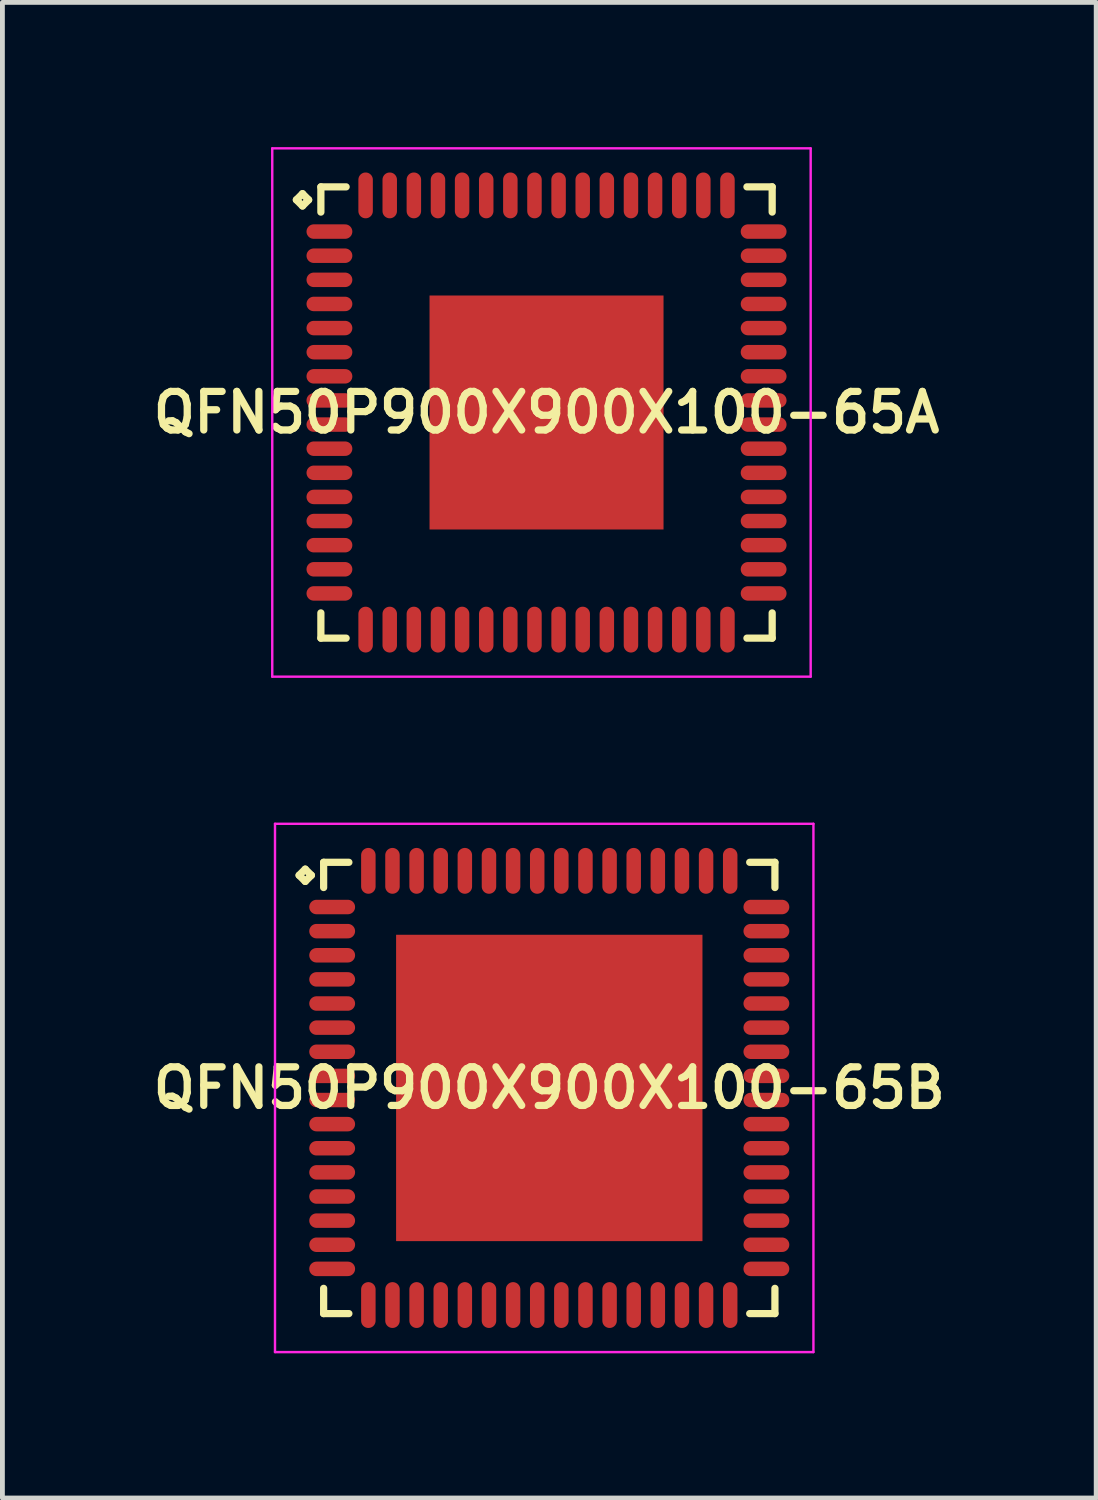
<source format=kicad_pcb>
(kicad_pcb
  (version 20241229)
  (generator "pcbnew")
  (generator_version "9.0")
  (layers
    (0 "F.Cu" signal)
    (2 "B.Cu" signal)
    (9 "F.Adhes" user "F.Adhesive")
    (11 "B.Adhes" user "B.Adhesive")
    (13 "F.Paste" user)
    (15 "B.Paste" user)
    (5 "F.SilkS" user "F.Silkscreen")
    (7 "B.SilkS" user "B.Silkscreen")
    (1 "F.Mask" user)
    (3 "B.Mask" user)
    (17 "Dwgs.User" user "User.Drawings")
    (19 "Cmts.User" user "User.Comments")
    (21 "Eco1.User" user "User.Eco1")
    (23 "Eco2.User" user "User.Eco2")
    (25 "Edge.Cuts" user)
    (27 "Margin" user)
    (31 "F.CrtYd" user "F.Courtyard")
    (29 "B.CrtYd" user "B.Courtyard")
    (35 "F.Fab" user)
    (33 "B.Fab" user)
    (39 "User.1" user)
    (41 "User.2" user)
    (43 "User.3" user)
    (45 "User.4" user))
  (footprint "QFN50P900X900X100-65B"
    (layer "F.Cu")
    (at 8.335 19.5)
    (property "Reference" "QFN50P900X900X100-65B" (at 0 0 0) (layer "F.SilkS") (effects (font (size 0.8 0.8) (thickness 0.15))))
    (attr smd)
    (fp_line (start -5.185 -4.408) (end -5.058 -4.535) (stroke (width 0.15) (type solid)) (layer "F.SilkS"))
    (fp_line (start -5.058 -4.535) (end -4.931 -4.408) (stroke (width 0.15) (type solid)) (layer "F.SilkS"))
    (fp_line (start -5.058 -4.281) (end -5.185 -4.408) (stroke (width 0.15) (type solid)) (layer "F.SilkS"))
    (fp_line (start -4.931 -4.408) (end -5.058 -4.281) (stroke (width 0.15) (type solid)) (layer "F.SilkS"))
    (fp_line (start -4.677 -4.677) (end -4.154 -4.677) (stroke (width 0.15) (type solid)) (layer "F.SilkS"))
    (fp_line (start -4.677 -4.154) (end -4.677 -4.677) (stroke (width 0.15) (type solid)) (layer "F.SilkS"))
    (fp_line (start -4.677 4.154) (end -4.677 4.677) (stroke (width 0.15) (type solid)) (layer "F.SilkS"))
    (fp_line (start -4.677 4.677) (end -4.154 4.677) (stroke (width 0.15) (type solid)) (layer "F.SilkS"))
    (fp_line (start 4.154 -4.677) (end 4.677 -4.677) (stroke (width 0.15) (type solid)) (layer "F.SilkS"))
    (fp_line (start 4.154 4.677) (end 4.677 4.677) (stroke (width 0.15) (type solid)) (layer "F.SilkS"))
    (fp_line (start 4.677 -4.677) (end 4.677 -4.154) (stroke (width 0.15) (type solid)) (layer "F.SilkS"))
    (fp_line (start 4.677 4.677) (end 4.677 4.154) (stroke (width 0.15) (type solid)) (layer "F.SilkS"))
    (fp_line (start -5.685 -5.475) (end 5.475 -5.475) (stroke (width 0.05) (type solid)) (layer "F.CrtYd"))
    (fp_line (start -5.685 5.475) (end -5.685 -5.475) (stroke (width 0.05) (type solid)) (layer "F.CrtYd"))
    (fp_line (start 5.475 -5.475) (end 5.475 5.475) (stroke (width 0.05) (type solid)) (layer "F.CrtYd"))
    (fp_line (start 5.475 5.475) (end -5.685 5.475) (stroke (width 0.05) (type solid)) (layer "F.CrtYd"))
    (pad "1" smd oval (at -4.5 -3.75) (size 0.95 0.3) (layers "F.Cu" "F.Mask" "F.Paste"))
    (pad "2" smd oval (at -4.5 -3.25) (size 0.95 0.3) (layers "F.Cu" "F.Mask" "F.Paste"))
    (pad "3" smd oval (at -4.5 -2.75) (size 0.95 0.3) (layers "F.Cu" "F.Mask" "F.Paste"))
    (pad "4" smd oval (at -4.5 -2.25) (size 0.95 0.3) (layers "F.Cu" "F.Mask" "F.Paste"))
    (pad "5" smd oval (at -4.5 -1.75) (size 0.95 0.3) (layers "F.Cu" "F.Mask" "F.Paste"))
    (pad "6" smd oval (at -4.5 -1.25) (size 0.95 0.3) (layers "F.Cu" "F.Mask" "F.Paste"))
    (pad "7" smd oval (at -4.5 -0.75) (size 0.95 0.3) (layers "F.Cu" "F.Mask" "F.Paste"))
    (pad "8" smd oval (at -4.5 -0.25) (size 0.95 0.3) (layers "F.Cu" "F.Mask" "F.Paste"))
    (pad "9" smd oval (at -4.5 0.25) (size 0.95 0.3) (layers "F.Cu" "F.Mask" "F.Paste"))
    (pad "10" smd oval (at -4.5 0.75) (size 0.95 0.3) (layers "F.Cu" "F.Mask" "F.Paste"))
    (pad "11" smd oval (at -4.5 1.25) (size 0.95 0.3) (layers "F.Cu" "F.Mask" "F.Paste"))
    (pad "12" smd oval (at -4.5 1.75) (size 0.95 0.3) (layers "F.Cu" "F.Mask" "F.Paste"))
    (pad "13" smd oval (at -4.5 2.25) (size 0.95 0.3) (layers "F.Cu" "F.Mask" "F.Paste"))
    (pad "14" smd oval (at -4.5 2.75) (size 0.95 0.3) (layers "F.Cu" "F.Mask" "F.Paste"))
    (pad "15" smd oval (at -4.5 3.25) (size 0.95 0.3) (layers "F.Cu" "F.Mask" "F.Paste"))
    (pad "16" smd oval (at -4.5 3.75) (size 0.95 0.3) (layers "F.Cu" "F.Mask" "F.Paste"))
    (pad "17" smd oval (at -3.75 4.5) (size 0.3 0.95) (layers "F.Cu" "F.Mask" "F.Paste"))
    (pad "18" smd oval (at -3.25 4.5) (size 0.3 0.95) (layers "F.Cu" "F.Mask" "F.Paste"))
    (pad "19" smd oval (at -2.75 4.5) (size 0.3 0.95) (layers "F.Cu" "F.Mask" "F.Paste"))
    (pad "20" smd oval (at -2.25 4.5) (size 0.3 0.95) (layers "F.Cu" "F.Mask" "F.Paste"))
    (pad "21" smd oval (at -1.75 4.5) (size 0.3 0.95) (layers "F.Cu" "F.Mask" "F.Paste"))
    (pad "22" smd oval (at -1.25 4.5) (size 0.3 0.95) (layers "F.Cu" "F.Mask" "F.Paste"))
    (pad "23" smd oval (at -0.75 4.5) (size 0.3 0.95) (layers "F.Cu" "F.Mask" "F.Paste"))
    (pad "24" smd oval (at -0.25 4.5) (size 0.3 0.95) (layers "F.Cu" "F.Mask" "F.Paste"))
    (pad "25" smd oval (at 0.25 4.5) (size 0.3 0.95) (layers "F.Cu" "F.Mask" "F.Paste"))
    (pad "26" smd oval (at 0.75 4.5) (size 0.3 0.95) (layers "F.Cu" "F.Mask" "F.Paste"))
    (pad "27" smd oval (at 1.25 4.5) (size 0.3 0.95) (layers "F.Cu" "F.Mask" "F.Paste"))
    (pad "28" smd oval (at 1.75 4.5) (size 0.3 0.95) (layers "F.Cu" "F.Mask" "F.Paste"))
    (pad "29" smd oval (at 2.25 4.5) (size 0.3 0.95) (layers "F.Cu" "F.Mask" "F.Paste"))
    (pad "30" smd oval (at 2.75 4.5) (size 0.3 0.95) (layers "F.Cu" "F.Mask" "F.Paste"))
    (pad "31" smd oval (at 3.25 4.5) (size 0.3 0.95) (layers "F.Cu" "F.Mask" "F.Paste"))
    (pad "32" smd oval (at 3.75 4.5) (size 0.3 0.95) (layers "F.Cu" "F.Mask" "F.Paste"))
    (pad "33" smd oval (at 4.5 3.75) (size 0.95 0.3) (layers "F.Cu" "F.Mask" "F.Paste"))
    (pad "34" smd oval (at 4.5 3.25) (size 0.95 0.3) (layers "F.Cu" "F.Mask" "F.Paste"))
    (pad "35" smd oval (at 4.5 2.75) (size 0.95 0.3) (layers "F.Cu" "F.Mask" "F.Paste"))
    (pad "36" smd oval (at 4.5 2.25) (size 0.95 0.3) (layers "F.Cu" "F.Mask" "F.Paste"))
    (pad "37" smd oval (at 4.5 1.75) (size 0.95 0.3) (layers "F.Cu" "F.Mask" "F.Paste"))
    (pad "38" smd oval (at 4.5 1.25) (size 0.95 0.3) (layers "F.Cu" "F.Mask" "F.Paste"))
    (pad "39" smd oval (at 4.5 0.75) (size 0.95 0.3) (layers "F.Cu" "F.Mask" "F.Paste"))
    (pad "40" smd oval (at 4.5 0.25) (size 0.95 0.3) (layers "F.Cu" "F.Mask" "F.Paste"))
    (pad "41" smd oval (at 4.5 -0.25) (size 0.95 0.3) (layers "F.Cu" "F.Mask" "F.Paste"))
    (pad "42" smd oval (at 4.5 -0.75) (size 0.95 0.3) (layers "F.Cu" "F.Mask" "F.Paste"))
    (pad "43" smd oval (at 4.5 -1.25) (size 0.95 0.3) (layers "F.Cu" "F.Mask" "F.Paste"))
    (pad "44" smd oval (at 4.5 -1.75) (size 0.95 0.3) (layers "F.Cu" "F.Mask" "F.Paste"))
    (pad "45" smd oval (at 4.5 -2.25) (size 0.95 0.3) (layers "F.Cu" "F.Mask" "F.Paste"))
    (pad "46" smd oval (at 4.5 -2.75) (size 0.95 0.3) (layers "F.Cu" "F.Mask" "F.Paste"))
    (pad "47" smd oval (at 4.5 -3.25) (size 0.95 0.3) (layers "F.Cu" "F.Mask" "F.Paste"))
    (pad "48" smd oval (at 4.5 -3.75) (size 0.95 0.3) (layers "F.Cu" "F.Mask" "F.Paste"))
    (pad "49" smd oval (at 3.75 -4.5) (size 0.3 0.95) (layers "F.Cu" "F.Mask" "F.Paste"))
    (pad "50" smd oval (at 3.25 -4.5) (size 0.3 0.95) (layers "F.Cu" "F.Mask" "F.Paste"))
    (pad "51" smd oval (at 2.75 -4.5) (size 0.3 0.95) (layers "F.Cu" "F.Mask" "F.Paste"))
    (pad "52" smd oval (at 2.25 -4.5) (size 0.3 0.95) (layers "F.Cu" "F.Mask" "F.Paste"))
    (pad "53" smd oval (at 1.75 -4.5) (size 0.3 0.95) (layers "F.Cu" "F.Mask" "F.Paste"))
    (pad "54" smd oval (at 1.25 -4.5) (size 0.3 0.95) (layers "F.Cu" "F.Mask" "F.Paste"))
    (pad "55" smd oval (at 0.75 -4.5) (size 0.3 0.95) (layers "F.Cu" "F.Mask" "F.Paste"))
    (pad "56" smd oval (at 0.25 -4.5) (size 0.3 0.95) (layers "F.Cu" "F.Mask" "F.Paste"))
    (pad "57" smd oval (at -0.25 -4.5) (size 0.3 0.95) (layers "F.Cu" "F.Mask" "F.Paste"))
    (pad "58" smd oval (at -0.75 -4.5) (size 0.3 0.95) (layers "F.Cu" "F.Mask" "F.Paste"))
    (pad "59" smd oval (at -1.25 -4.5) (size 0.3 0.95) (layers "F.Cu" "F.Mask" "F.Paste"))
    (pad "60" smd oval (at -1.75 -4.5) (size 0.3 0.95) (layers "F.Cu" "F.Mask" "F.Paste"))
    (pad "61" smd oval (at -2.25 -4.5) (size 0.3 0.95) (layers "F.Cu" "F.Mask" "F.Paste"))
    (pad "62" smd oval (at -2.75 -4.5) (size 0.3 0.95) (layers "F.Cu" "F.Mask" "F.Paste"))
    (pad "63" smd oval (at -3.25 -4.5) (size 0.3 0.95) (layers "F.Cu" "F.Mask" "F.Paste"))
    (pad "64" smd oval (at -3.75 -4.5) (size 0.3 0.95) (layers "F.Cu" "F.Mask" "F.Paste"))
    (pad "65" smd rect (at 0 0) (size 6.35 6.35) (layers "F.Cu" "F.Mask" "F.Paste")))
  (footprint "QFN50P900X900X100-65A"
    (layer "F.Cu")
    (at 8.278 5.5)
    (property "Reference" "QFN50P900X900X100-65A" (at 0 0 0) (layer "F.SilkS") (effects (font (size 0.8 0.8) (thickness 0.15))))
    (attr smd)
    (fp_line (start -5.185 -4.408) (end -5.058 -4.535) (stroke (width 0.15) (type solid)) (layer "F.SilkS"))
    (fp_line (start -5.058 -4.535) (end -4.931 -4.408) (stroke (width 0.15) (type solid)) (layer "F.SilkS"))
    (fp_line (start -5.058 -4.281) (end -5.185 -4.408) (stroke (width 0.15) (type solid)) (layer "F.SilkS"))
    (fp_line (start -4.931 -4.408) (end -5.058 -4.281) (stroke (width 0.15) (type solid)) (layer "F.SilkS"))
    (fp_line (start -4.677 -4.677) (end -4.154 -4.677) (stroke (width 0.15) (type solid)) (layer "F.SilkS"))
    (fp_line (start -4.677 -4.154) (end -4.677 -4.677) (stroke (width 0.15) (type solid)) (layer "F.SilkS"))
    (fp_line (start -4.677 4.154) (end -4.677 4.677) (stroke (width 0.15) (type solid)) (layer "F.SilkS"))
    (fp_line (start -4.677 4.677) (end -4.154 4.677) (stroke (width 0.15) (type solid)) (layer "F.SilkS"))
    (fp_line (start 4.154 -4.677) (end 4.677 -4.677) (stroke (width 0.15) (type solid)) (layer "F.SilkS"))
    (fp_line (start 4.154 4.677) (end 4.677 4.677) (stroke (width 0.15) (type solid)) (layer "F.SilkS"))
    (fp_line (start 4.677 -4.677) (end 4.677 -4.154) (stroke (width 0.15) (type solid)) (layer "F.SilkS"))
    (fp_line (start 4.677 4.677) (end 4.677 4.154) (stroke (width 0.15) (type solid)) (layer "F.SilkS"))
    (fp_line (start -5.685 -5.475) (end 5.475 -5.475) (stroke (width 0.05) (type solid)) (layer "F.CrtYd"))
    (fp_line (start -5.685 5.475) (end -5.685 -5.475) (stroke (width 0.05) (type solid)) (layer "F.CrtYd"))
    (fp_line (start 5.475 -5.475) (end 5.475 5.475) (stroke (width 0.05) (type solid)) (layer "F.CrtYd"))
    (fp_line (start 5.475 5.475) (end -5.685 5.475) (stroke (width 0.05) (type solid)) (layer "F.CrtYd"))
    (pad "1" smd oval (at -4.5 -3.75) (size 0.95 0.3) (layers "F.Cu" "F.Mask" "F.Paste"))
    (pad "2" smd oval (at -4.5 -3.25) (size 0.95 0.3) (layers "F.Cu" "F.Mask" "F.Paste"))
    (pad "3" smd oval (at -4.5 -2.75) (size 0.95 0.3) (layers "F.Cu" "F.Mask" "F.Paste"))
    (pad "4" smd oval (at -4.5 -2.25) (size 0.95 0.3) (layers "F.Cu" "F.Mask" "F.Paste"))
    (pad "5" smd oval (at -4.5 -1.75) (size 0.95 0.3) (layers "F.Cu" "F.Mask" "F.Paste"))
    (pad "6" smd oval (at -4.5 -1.25) (size 0.95 0.3) (layers "F.Cu" "F.Mask" "F.Paste"))
    (pad "7" smd oval (at -4.5 -0.75) (size 0.95 0.3) (layers "F.Cu" "F.Mask" "F.Paste"))
    (pad "8" smd oval (at -4.5 -0.25) (size 0.95 0.3) (layers "F.Cu" "F.Mask" "F.Paste"))
    (pad "9" smd oval (at -4.5 0.25) (size 0.95 0.3) (layers "F.Cu" "F.Mask" "F.Paste"))
    (pad "10" smd oval (at -4.5 0.75) (size 0.95 0.3) (layers "F.Cu" "F.Mask" "F.Paste"))
    (pad "11" smd oval (at -4.5 1.25) (size 0.95 0.3) (layers "F.Cu" "F.Mask" "F.Paste"))
    (pad "12" smd oval (at -4.5 1.75) (size 0.95 0.3) (layers "F.Cu" "F.Mask" "F.Paste"))
    (pad "13" smd oval (at -4.5 2.25) (size 0.95 0.3) (layers "F.Cu" "F.Mask" "F.Paste"))
    (pad "14" smd oval (at -4.5 2.75) (size 0.95 0.3) (layers "F.Cu" "F.Mask" "F.Paste"))
    (pad "15" smd oval (at -4.5 3.25) (size 0.95 0.3) (layers "F.Cu" "F.Mask" "F.Paste"))
    (pad "16" smd oval (at -4.5 3.75) (size 0.95 0.3) (layers "F.Cu" "F.Mask" "F.Paste"))
    (pad "17" smd oval (at -3.75 4.5) (size 0.3 0.95) (layers "F.Cu" "F.Mask" "F.Paste"))
    (pad "18" smd oval (at -3.25 4.5) (size 0.3 0.95) (layers "F.Cu" "F.Mask" "F.Paste"))
    (pad "19" smd oval (at -2.75 4.5) (size 0.3 0.95) (layers "F.Cu" "F.Mask" "F.Paste"))
    (pad "20" smd oval (at -2.25 4.5) (size 0.3 0.95) (layers "F.Cu" "F.Mask" "F.Paste"))
    (pad "21" smd oval (at -1.75 4.5) (size 0.3 0.95) (layers "F.Cu" "F.Mask" "F.Paste"))
    (pad "22" smd oval (at -1.25 4.5) (size 0.3 0.95) (layers "F.Cu" "F.Mask" "F.Paste"))
    (pad "23" smd oval (at -0.75 4.5) (size 0.3 0.95) (layers "F.Cu" "F.Mask" "F.Paste"))
    (pad "24" smd oval (at -0.25 4.5) (size 0.3 0.95) (layers "F.Cu" "F.Mask" "F.Paste"))
    (pad "25" smd oval (at 0.25 4.5) (size 0.3 0.95) (layers "F.Cu" "F.Mask" "F.Paste"))
    (pad "26" smd oval (at 0.75 4.5) (size 0.3 0.95) (layers "F.Cu" "F.Mask" "F.Paste"))
    (pad "27" smd oval (at 1.25 4.5) (size 0.3 0.95) (layers "F.Cu" "F.Mask" "F.Paste"))
    (pad "28" smd oval (at 1.75 4.5) (size 0.3 0.95) (layers "F.Cu" "F.Mask" "F.Paste"))
    (pad "29" smd oval (at 2.25 4.5) (size 0.3 0.95) (layers "F.Cu" "F.Mask" "F.Paste"))
    (pad "30" smd oval (at 2.75 4.5) (size 0.3 0.95) (layers "F.Cu" "F.Mask" "F.Paste"))
    (pad "31" smd oval (at 3.25 4.5) (size 0.3 0.95) (layers "F.Cu" "F.Mask" "F.Paste"))
    (pad "32" smd oval (at 3.75 4.5) (size 0.3 0.95) (layers "F.Cu" "F.Mask" "F.Paste"))
    (pad "33" smd oval (at 4.5 3.75) (size 0.95 0.3) (layers "F.Cu" "F.Mask" "F.Paste"))
    (pad "34" smd oval (at 4.5 3.25) (size 0.95 0.3) (layers "F.Cu" "F.Mask" "F.Paste"))
    (pad "35" smd oval (at 4.5 2.75) (size 0.95 0.3) (layers "F.Cu" "F.Mask" "F.Paste"))
    (pad "36" smd oval (at 4.5 2.25) (size 0.95 0.3) (layers "F.Cu" "F.Mask" "F.Paste"))
    (pad "37" smd oval (at 4.5 1.75) (size 0.95 0.3) (layers "F.Cu" "F.Mask" "F.Paste"))
    (pad "38" smd oval (at 4.5 1.25) (size 0.95 0.3) (layers "F.Cu" "F.Mask" "F.Paste"))
    (pad "39" smd oval (at 4.5 0.75) (size 0.95 0.3) (layers "F.Cu" "F.Mask" "F.Paste"))
    (pad "40" smd oval (at 4.5 0.25) (size 0.95 0.3) (layers "F.Cu" "F.Mask" "F.Paste"))
    (pad "41" smd oval (at 4.5 -0.25) (size 0.95 0.3) (layers "F.Cu" "F.Mask" "F.Paste"))
    (pad "42" smd oval (at 4.5 -0.75) (size 0.95 0.3) (layers "F.Cu" "F.Mask" "F.Paste"))
    (pad "43" smd oval (at 4.5 -1.25) (size 0.95 0.3) (layers "F.Cu" "F.Mask" "F.Paste"))
    (pad "44" smd oval (at 4.5 -1.75) (size 0.95 0.3) (layers "F.Cu" "F.Mask" "F.Paste"))
    (pad "45" smd oval (at 4.5 -2.25) (size 0.95 0.3) (layers "F.Cu" "F.Mask" "F.Paste"))
    (pad "46" smd oval (at 4.5 -2.75) (size 0.95 0.3) (layers "F.Cu" "F.Mask" "F.Paste"))
    (pad "47" smd oval (at 4.5 -3.25) (size 0.95 0.3) (layers "F.Cu" "F.Mask" "F.Paste"))
    (pad "48" smd oval (at 4.5 -3.75) (size 0.95 0.3) (layers "F.Cu" "F.Mask" "F.Paste"))
    (pad "49" smd oval (at 3.75 -4.5) (size 0.3 0.95) (layers "F.Cu" "F.Mask" "F.Paste"))
    (pad "50" smd oval (at 3.25 -4.5) (size 0.3 0.95) (layers "F.Cu" "F.Mask" "F.Paste"))
    (pad "51" smd oval (at 2.75 -4.5) (size 0.3 0.95) (layers "F.Cu" "F.Mask" "F.Paste"))
    (pad "52" smd oval (at 2.25 -4.5) (size 0.3 0.95) (layers "F.Cu" "F.Mask" "F.Paste"))
    (pad "53" smd oval (at 1.75 -4.5) (size 0.3 0.95) (layers "F.Cu" "F.Mask" "F.Paste"))
    (pad "54" smd oval (at 1.25 -4.5) (size 0.3 0.95) (layers "F.Cu" "F.Mask" "F.Paste"))
    (pad "55" smd oval (at 0.75 -4.5) (size 0.3 0.95) (layers "F.Cu" "F.Mask" "F.Paste"))
    (pad "56" smd oval (at 0.25 -4.5) (size 0.3 0.95) (layers "F.Cu" "F.Mask" "F.Paste"))
    (pad "57" smd oval (at -0.25 -4.5) (size 0.3 0.95) (layers "F.Cu" "F.Mask" "F.Paste"))
    (pad "58" smd oval (at -0.75 -4.5) (size 0.3 0.95) (layers "F.Cu" "F.Mask" "F.Paste"))
    (pad "59" smd oval (at -1.25 -4.5) (size 0.3 0.95) (layers "F.Cu" "F.Mask" "F.Paste"))
    (pad "60" smd oval (at -1.75 -4.5) (size 0.3 0.95) (layers "F.Cu" "F.Mask" "F.Paste"))
    (pad "61" smd oval (at -2.25 -4.5) (size 0.3 0.95) (layers "F.Cu" "F.Mask" "F.Paste"))
    (pad "62" smd oval (at -2.75 -4.5) (size 0.3 0.95) (layers "F.Cu" "F.Mask" "F.Paste"))
    (pad "63" smd oval (at -3.25 -4.5) (size 0.3 0.95) (layers "F.Cu" "F.Mask" "F.Paste"))
    (pad "64" smd oval (at -3.75 -4.5) (size 0.3 0.95) (layers "F.Cu" "F.Mask" "F.Paste"))
    (pad "65" smd rect (at 0 0) (size 4.85 4.85) (layers "F.Cu" "F.Mask" "F.Paste")))
  (gr_rect
    (start -3 -3)
    (end 19.671 28)
    (stroke (width 0.1) (type default))
    (fill no)
    (layer "Edge.Cuts")))
</source>
